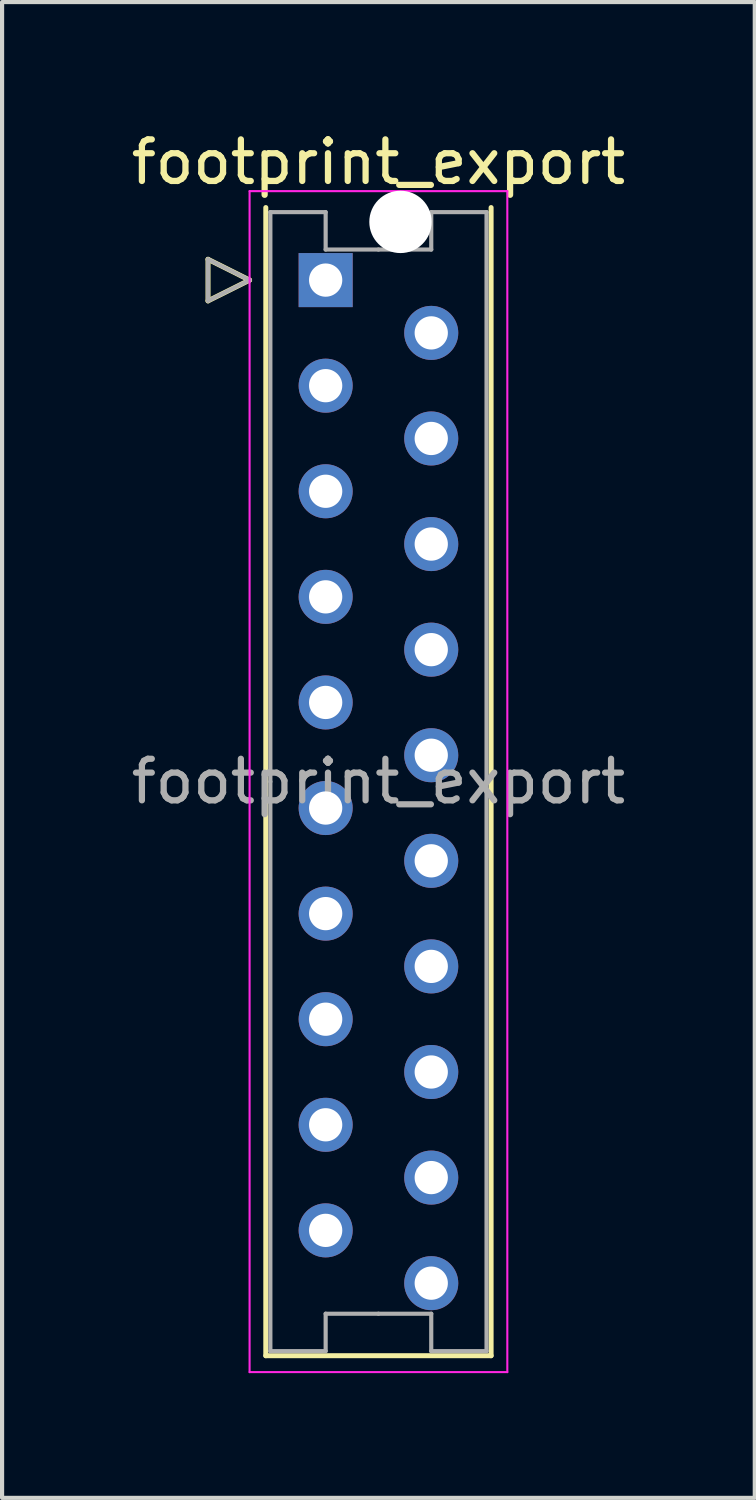
<source format=kicad_pcb>
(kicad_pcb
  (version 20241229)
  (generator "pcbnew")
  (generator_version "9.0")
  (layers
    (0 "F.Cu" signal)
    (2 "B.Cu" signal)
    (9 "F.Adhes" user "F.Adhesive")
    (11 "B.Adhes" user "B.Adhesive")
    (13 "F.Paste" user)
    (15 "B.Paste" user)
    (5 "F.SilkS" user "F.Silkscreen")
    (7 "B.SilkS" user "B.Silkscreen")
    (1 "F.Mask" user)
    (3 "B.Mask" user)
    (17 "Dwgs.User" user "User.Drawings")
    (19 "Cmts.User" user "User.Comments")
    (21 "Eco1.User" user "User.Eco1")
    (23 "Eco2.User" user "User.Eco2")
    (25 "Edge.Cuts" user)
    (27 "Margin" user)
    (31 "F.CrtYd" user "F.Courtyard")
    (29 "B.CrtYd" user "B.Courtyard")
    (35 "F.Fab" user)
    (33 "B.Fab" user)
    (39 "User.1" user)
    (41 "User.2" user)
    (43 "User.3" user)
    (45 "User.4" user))
  (footprint "footprint_export"
    (layer "F.Cu")
    (at 4.784 3.688)
    (property "Reference" "footprint_export" (at 1.27 -2.84 0) (layer "F.SilkS") (effects (font (size 1 1) (thickness 0.15))))
    (attr through_hole)
    (fp_line (start -2.83 -0.5) (end -1.83 0) (stroke (width 0.12) (type solid)) (layer "F.SilkS"))
    (fp_line (start -2.83 0.5) (end -2.83 -0.5) (stroke (width 0.12) (type solid)) (layer "F.SilkS"))
    (fp_line (start -1.83 0) (end -2.83 0.5) (stroke (width 0.12) (type solid)) (layer "F.SilkS"))
    (fp_line (start -1.44 -1.745) (end -1.44 25.875) (stroke (width 0.12) (type solid)) (layer "F.SilkS"))
    (fp_line (start -1.44 25.875) (end 3.98 25.875) (stroke (width 0.12) (type solid)) (layer "F.SilkS"))
    (fp_line (start 3.98 25.875) (end 3.98 -1.745) (stroke (width 0.12) (type solid)) (layer "F.SilkS"))
    (fp_line (start -1.83 -2.14) (end -1.83 26.27) (stroke (width 0.05) (type solid)) (layer "F.CrtYd"))
    (fp_line (start -1.83 26.27) (end 4.37 26.27) (stroke (width 0.05) (type solid)) (layer "F.CrtYd"))
    (fp_line (start 4.37 -2.14) (end -1.83 -2.14) (stroke (width 0.05) (type solid)) (layer "F.CrtYd"))
    (fp_line (start 4.37 26.27) (end 4.37 -2.14) (stroke (width 0.05) (type solid)) (layer "F.CrtYd"))
    (fp_line (start -2.83 -0.5) (end -1.83 0) (stroke (width 0.1) (type solid)) (layer "F.Fab"))
    (fp_line (start -2.83 0.5) (end -2.83 -0.5) (stroke (width 0.1) (type solid)) (layer "F.Fab"))
    (fp_line (start -1.83 0) (end -2.83 0.5) (stroke (width 0.1) (type solid)) (layer "F.Fab"))
    (fp_line (start -1.33 -1.635) (end -1.33 12.065) (stroke (width 0.1) (type solid)) (layer "F.Fab"))
    (fp_line (start -1.33 25.765) (end -1.33 12.065) (stroke (width 0.1) (type solid)) (layer "F.Fab"))
    (fp_line (start 0 -1.635) (end -1.33 -1.635) (stroke (width 0.1) (type solid)) (layer "F.Fab"))
    (fp_line (start 0 -0.735) (end 0 -1.635) (stroke (width 0.1) (type solid)) (layer "F.Fab"))
    (fp_line (start 0 24.865) (end 0 25.765) (stroke (width 0.1) (type solid)) (layer "F.Fab"))
    (fp_line (start 0 25.765) (end -1.33 25.765) (stroke (width 0.1) (type solid)) (layer "F.Fab"))
    (fp_line (start 1.27 -0.735) (end 0 -0.735) (stroke (width 0.1) (type solid)) (layer "F.Fab"))
    (fp_line (start 1.27 -0.735) (end 2.54 -0.735) (stroke (width 0.1) (type solid)) (layer "F.Fab"))
    (fp_line (start 1.27 24.865) (end 0 24.865) (stroke (width 0.1) (type solid)) (layer "F.Fab"))
    (fp_line (start 1.27 24.865) (end 2.54 24.865) (stroke (width 0.1) (type solid)) (layer "F.Fab"))
    (fp_line (start 2.54 -1.635) (end 3.87 -1.635) (stroke (width 0.1) (type solid)) (layer "F.Fab"))
    (fp_line (start 2.54 -0.735) (end 2.54 -1.635) (stroke (width 0.1) (type solid)) (layer "F.Fab"))
    (fp_line (start 2.54 24.865) (end 2.54 25.765) (stroke (width 0.1) (type solid)) (layer "F.Fab"))
    (fp_line (start 2.54 25.765) (end 3.87 25.765) (stroke (width 0.1) (type solid)) (layer "F.Fab"))
    (fp_line (start 3.87 -1.635) (end 3.87 12.065) (stroke (width 0.1) (type solid)) (layer "F.Fab"))
    (fp_line (start 3.87 25.765) (end 3.87 12.065) (stroke (width 0.1) (type solid)) (layer "F.Fab"))
    (fp_text user "${REFERENCE}" (at 1.27 12.06 0) (layer "F.Fab") (effects (font (size 1 1) (thickness 0.15))))
    (pad "" np_thru_hole circle (at 1.8 -1.4) (size 1.5 1.5) (drill 1.5) (layers "*.Cu" "*.Mask"))
    (pad "1" thru_hole rect (at 0 0) (size 1.3 1.3) (drill 0.8) (layers "*.Cu" "*.Mask"))
    (pad "2" thru_hole circle (at 2.54 1.27) (size 1.3 1.3) (drill 0.8) (layers "*.Cu" "*.Mask"))
    (pad "3" thru_hole circle (at 0 2.54) (size 1.3 1.3) (drill 0.8) (layers "*.Cu" "*.Mask"))
    (pad "4" thru_hole circle (at 2.54 3.81) (size 1.3 1.3) (drill 0.8) (layers "*.Cu" "*.Mask"))
    (pad "5" thru_hole circle (at 0 5.08) (size 1.3 1.3) (drill 0.8) (layers "*.Cu" "*.Mask"))
    (pad "6" thru_hole circle (at 2.54 6.35) (size 1.3 1.3) (drill 0.8) (layers "*.Cu" "*.Mask"))
    (pad "7" thru_hole circle (at 0 7.62) (size 1.3 1.3) (drill 0.8) (layers "*.Cu" "*.Mask"))
    (pad "8" thru_hole circle (at 2.54 8.89) (size 1.3 1.3) (drill 0.8) (layers "*.Cu" "*.Mask"))
    (pad "9" thru_hole circle (at 0 10.16) (size 1.3 1.3) (drill 0.8) (layers "*.Cu" "*.Mask"))
    (pad "10" thru_hole circle (at 2.54 11.43) (size 1.3 1.3) (drill 0.8) (layers "*.Cu" "*.Mask"))
    (pad "11" thru_hole circle (at 0 12.7) (size 1.3 1.3) (drill 0.8) (layers "*.Cu" "*.Mask"))
    (pad "12" thru_hole circle (at 2.54 13.97) (size 1.3 1.3) (drill 0.8) (layers "*.Cu" "*.Mask"))
    (pad "13" thru_hole circle (at 0 15.24) (size 1.3 1.3) (drill 0.8) (layers "*.Cu" "*.Mask"))
    (pad "14" thru_hole circle (at 2.54 16.51) (size 1.3 1.3) (drill 0.8) (layers "*.Cu" "*.Mask"))
    (pad "15" thru_hole circle (at 0 17.78) (size 1.3 1.3) (drill 0.8) (layers "*.Cu" "*.Mask"))
    (pad "16" thru_hole circle (at 2.54 19.05) (size 1.3 1.3) (drill 0.8) (layers "*.Cu" "*.Mask"))
    (pad "17" thru_hole circle (at 0 20.32) (size 1.3 1.3) (drill 0.8) (layers "*.Cu" "*.Mask"))
    (pad "18" thru_hole circle (at 2.54 21.59) (size 1.3 1.3) (drill 0.8) (layers "*.Cu" "*.Mask"))
    (pad "19" thru_hole circle (at 0 22.86) (size 1.3 1.3) (drill 0.8) (layers "*.Cu" "*.Mask"))
    (pad "20" thru_hole circle (at 2.54 24.13) (size 1.3 1.3) (drill 0.8) (layers "*.Cu" "*.Mask")))
  (gr_rect
    (start -3 -3)
    (end 15.107 32.983)
    (stroke (width 0.1) (type default))
    (fill no)
    (layer "Edge.Cuts")))
</source>
